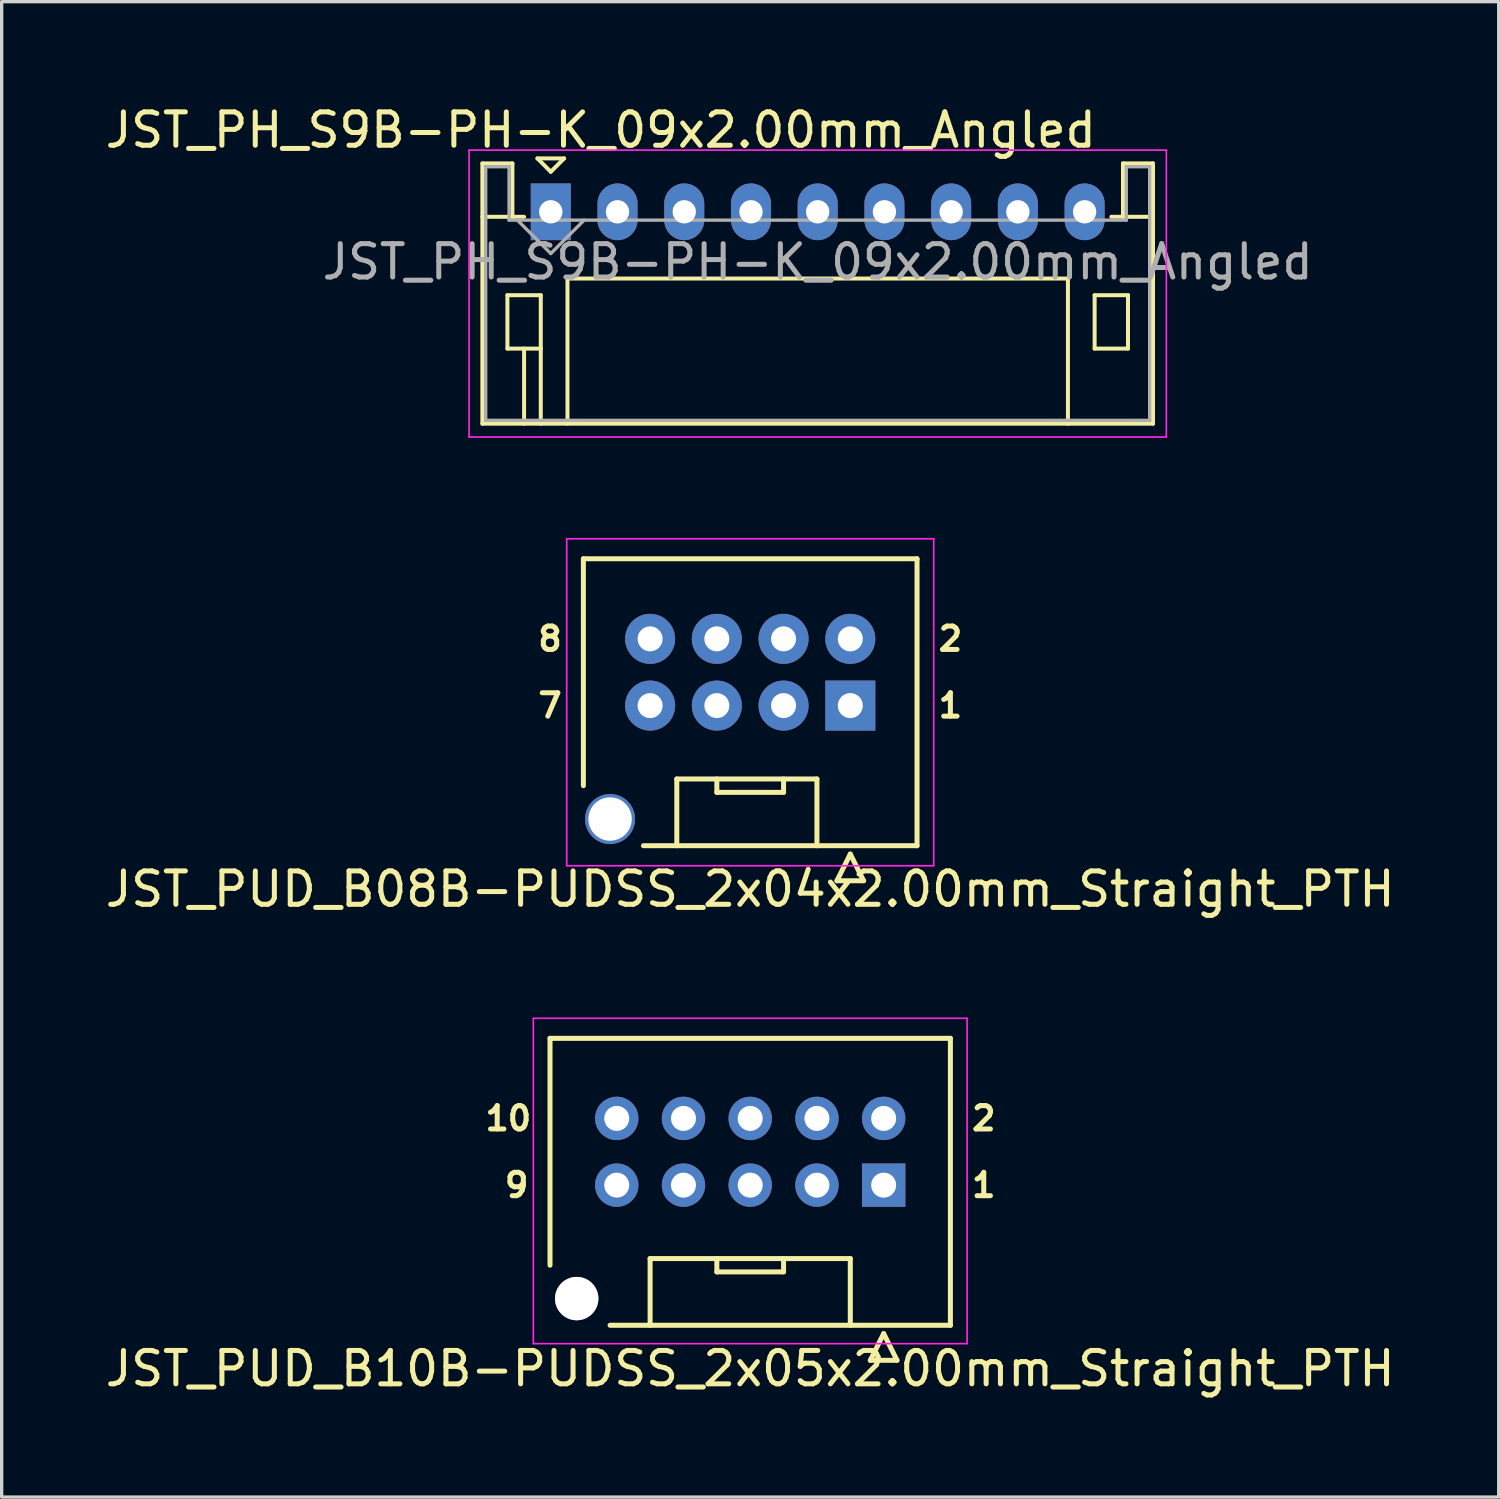
<source format=kicad_pcb>
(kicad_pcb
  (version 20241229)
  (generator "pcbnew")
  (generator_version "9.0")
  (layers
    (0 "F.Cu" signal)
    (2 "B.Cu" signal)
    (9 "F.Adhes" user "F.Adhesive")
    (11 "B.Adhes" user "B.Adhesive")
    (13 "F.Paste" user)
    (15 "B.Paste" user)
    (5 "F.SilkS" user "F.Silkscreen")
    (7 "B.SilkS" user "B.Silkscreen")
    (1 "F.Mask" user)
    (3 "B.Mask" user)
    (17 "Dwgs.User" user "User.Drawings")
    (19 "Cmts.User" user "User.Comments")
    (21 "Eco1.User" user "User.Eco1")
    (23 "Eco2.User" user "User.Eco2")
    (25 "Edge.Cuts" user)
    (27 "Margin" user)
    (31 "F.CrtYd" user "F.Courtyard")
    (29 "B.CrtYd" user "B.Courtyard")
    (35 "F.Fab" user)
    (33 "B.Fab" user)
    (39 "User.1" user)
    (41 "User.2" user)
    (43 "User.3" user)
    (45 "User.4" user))
  (footprint "JST_PUD_B08B-PUDSS_2x04x2.00mm_Straight_PTH"
    (layer "F.Cu")
    (at 22.435 18.098)
    (property "Reference" "JST_PUD_B08B-PUDSS_2x04x2.00mm_Straight_PTH" (at -3 5.5 0) (layer "F.SilkS") (effects (font (size 1 1) (thickness 0.15))))
    (attr through_hole)
    (fp_line (start -8 -4.4) (end -8 2.4) (stroke (width 0.15) (type solid)) (layer "F.SilkS"))
    (fp_line (start -6.2 4.2) (end 2 4.2) (stroke (width 0.15) (type solid)) (layer "F.SilkS"))
    (fp_line (start -5.2 2.2) (end -5.2 4.2) (stroke (width 0.15) (type solid)) (layer "F.SilkS"))
    (fp_line (start -4 2.6) (end -4 2.2) (stroke (width 0.15) (type solid)) (layer "F.SilkS"))
    (fp_line (start -2 2.2) (end -2 2.6) (stroke (width 0.15) (type solid)) (layer "F.SilkS"))
    (fp_line (start -2 2.6) (end -4 2.6) (stroke (width 0.15) (type solid)) (layer "F.SilkS"))
    (fp_line (start -1 2.2) (end -5.2 2.2) (stroke (width 0.15) (type solid)) (layer "F.SilkS"))
    (fp_line (start -1 4.2) (end -1 2.2) (stroke (width 0.15) (type solid)) (layer "F.SilkS"))
    (fp_line (start -0.4 5.25) (end 0 4.45) (stroke (width 0.15) (type solid)) (layer "F.SilkS"))
    (fp_line (start 0 4.45) (end 0.4 5.25) (stroke (width 0.15) (type solid)) (layer "F.SilkS"))
    (fp_line (start 0.4 5.25) (end -0.4 5.25) (stroke (width 0.15) (type solid)) (layer "F.SilkS"))
    (fp_line (start 2 -4.4) (end -8 -4.4) (stroke (width 0.15) (type solid)) (layer "F.SilkS"))
    (fp_line (start 2 4.2) (end 2 -4.4) (stroke (width 0.15) (type solid)) (layer "F.SilkS"))
    (fp_line (start -8.5 -5) (end 2.5 -5) (stroke (width 0.05) (type solid)) (layer "F.CrtYd"))
    (fp_line (start -8.5 4.8) (end -8.5 -5) (stroke (width 0.05) (type solid)) (layer "F.CrtYd"))
    (fp_line (start 2.5 -5) (end 2.5 4.8) (stroke (width 0.05) (type solid)) (layer "F.CrtYd"))
    (fp_line (start 2.5 4.8) (end -8.5 4.8) (stroke (width 0.05) (type solid)) (layer "F.CrtYd"))
    (fp_text user "1" (at 3 0 0) (layer "F.SilkS") (effects (font (size 0.7 0.7) (thickness 0.15))))
    (fp_text user "8" (at -9 -2 0) (layer "F.SilkS") (effects (font (size 0.7 0.7) (thickness 0.15))))
    (fp_text user "2" (at 3 -2 0) (layer "F.SilkS") (effects (font (size 0.7 0.7) (thickness 0.15))))
    (fp_text user "7" (at -9 0 0) (layer "F.SilkS") (effects (font (size 0.7 0.7) (thickness 0.15))))
    (pad "" thru_hole circle (at -7.2 3.4) (size 1.5 1.5) (drill 1.3) (layers "*.Cu" "*.Mask"))
    (pad "1" thru_hole rect (at 0 0) (size 1.5 1.5) (drill 0.75) (layers "*.Cu" "*.Mask"))
    (pad "2" thru_hole circle (at 0 -2) (size 1.5 1.5) (drill 0.75) (layers "*.Cu" "*.Mask"))
    (pad "3" thru_hole circle (at -2 0) (size 1.5 1.5) (drill 0.75) (layers "*.Cu" "*.Mask"))
    (pad "4" thru_hole circle (at -2 -2) (size 1.5 1.5) (drill 0.75) (layers "*.Cu" "*.Mask"))
    (pad "5" thru_hole circle (at -4 0) (size 1.5 1.5) (drill 0.75) (layers "*.Cu" "*.Mask"))
    (pad "6" thru_hole circle (at -4 -2) (size 1.5 1.5) (drill 0.75) (layers "*.Cu" "*.Mask"))
    (pad "7" thru_hole circle (at -6 0) (size 1.5 1.5) (drill 0.75) (layers "*.Cu" "*.Mask"))
    (pad "8" thru_hole circle (at -6 -2) (size 1.5 1.5) (drill 0.75) (layers "*.Cu" "*.Mask")))
  (footprint "JST_PH_S9B-PH-K_09x2.00mm_Angled"
    (layer "F.Cu")
    (at 13.458 3.298)
    (property "Reference" "JST_PH_S9B-PH-K_09x2.00mm_Angled" (at 1.5 -2.45 0) (layer "F.SilkS") (effects (font (size 1 1) (thickness 0.15))))
    (attr through_hole)
    (fp_line (start -2.05 -1.45) (end -2.05 6.35) (stroke (width 0.12) (type solid)) (layer "F.SilkS"))
    (fp_line (start -2.05 0.15) (end -1.15 0.15) (stroke (width 0.12) (type solid)) (layer "F.SilkS"))
    (fp_line (start -2.05 6.35) (end 18.05 6.35) (stroke (width 0.12) (type solid)) (layer "F.SilkS"))
    (fp_line (start -1.3 2.5) (end -1.3 4.1) (stroke (width 0.12) (type solid)) (layer "F.SilkS"))
    (fp_line (start -1.3 4.1) (end -0.3 4.1) (stroke (width 0.12) (type solid)) (layer "F.SilkS"))
    (fp_line (start -1.15 -1.45) (end -2.05 -1.45) (stroke (width 0.12) (type solid)) (layer "F.SilkS"))
    (fp_line (start -1.15 0.15) (end -1.15 -1.45) (stroke (width 0.12) (type solid)) (layer "F.SilkS"))
    (fp_line (start -0.8 0.15) (end -1.15 0.15) (stroke (width 0.12) (type solid)) (layer "F.SilkS"))
    (fp_line (start -0.8 4.1) (end -0.8 6.35) (stroke (width 0.12) (type solid)) (layer "F.SilkS"))
    (fp_line (start -0.4 -1.6) (end 0.4 -1.6) (stroke (width 0.12) (type solid)) (layer "F.SilkS"))
    (fp_line (start -0.3 2.5) (end -1.3 2.5) (stroke (width 0.12) (type solid)) (layer "F.SilkS"))
    (fp_line (start -0.3 4.1) (end -0.3 2.5) (stroke (width 0.12) (type solid)) (layer "F.SilkS"))
    (fp_line (start -0.3 4.1) (end -0.3 6.35) (stroke (width 0.12) (type solid)) (layer "F.SilkS"))
    (fp_line (start 0 -1.2) (end -0.4 -1.6) (stroke (width 0.12) (type solid)) (layer "F.SilkS"))
    (fp_line (start 0.4 -1.6) (end 0 -1.2) (stroke (width 0.12) (type solid)) (layer "F.SilkS"))
    (fp_line (start 0.5 2) (end 15.5 2) (stroke (width 0.12) (type solid)) (layer "F.SilkS"))
    (fp_line (start 0.5 6.35) (end 0.5 2) (stroke (width 0.12) (type solid)) (layer "F.SilkS"))
    (fp_line (start 15.5 2) (end 15.5 6.35) (stroke (width 0.12) (type solid)) (layer "F.SilkS"))
    (fp_line (start 16.3 2.5) (end 17.3 2.5) (stroke (width 0.12) (type solid)) (layer "F.SilkS"))
    (fp_line (start 16.3 4.1) (end 16.3 2.5) (stroke (width 0.12) (type solid)) (layer "F.SilkS"))
    (fp_line (start 17.15 -1.45) (end 17.15 0.15) (stroke (width 0.12) (type solid)) (layer "F.SilkS"))
    (fp_line (start 17.15 0.15) (end 16.8 0.15) (stroke (width 0.12) (type solid)) (layer "F.SilkS"))
    (fp_line (start 17.3 2.5) (end 17.3 4.1) (stroke (width 0.12) (type solid)) (layer "F.SilkS"))
    (fp_line (start 17.3 4.1) (end 16.3 4.1) (stroke (width 0.12) (type solid)) (layer "F.SilkS"))
    (fp_line (start 18.05 -1.45) (end 17.15 -1.45) (stroke (width 0.12) (type solid)) (layer "F.SilkS"))
    (fp_line (start 18.05 0.15) (end 17.15 0.15) (stroke (width 0.12) (type solid)) (layer "F.SilkS"))
    (fp_line (start 18.05 6.35) (end 18.05 -1.45) (stroke (width 0.12) (type solid)) (layer "F.SilkS"))
    (fp_line (start -2.45 -1.85) (end -2.45 6.75) (stroke (width 0.05) (type solid)) (layer "F.CrtYd"))
    (fp_line (start -2.45 6.75) (end 18.45 6.75) (stroke (width 0.05) (type solid)) (layer "F.CrtYd"))
    (fp_line (start 18.45 -1.85) (end -2.45 -1.85) (stroke (width 0.05) (type solid)) (layer "F.CrtYd"))
    (fp_line (start 18.45 6.75) (end 18.45 -1.85) (stroke (width 0.05) (type solid)) (layer "F.CrtYd"))
    (fp_line (start -1.95 -1.35) (end -1.95 6.25) (stroke (width 0.1) (type solid)) (layer "F.Fab"))
    (fp_line (start -1.95 6.25) (end 17.95 6.25) (stroke (width 0.1) (type solid)) (layer "F.Fab"))
    (fp_line (start -1.25 -1.35) (end -1.95 -1.35) (stroke (width 0.1) (type solid)) (layer "F.Fab"))
    (fp_line (start -1.25 0.25) (end -1.25 -1.35) (stroke (width 0.1) (type solid)) (layer "F.Fab"))
    (fp_line (start -1 0.25) (end 0 1.25) (stroke (width 0.1) (type solid)) (layer "F.Fab"))
    (fp_line (start 0 1.25) (end 1 0.25) (stroke (width 0.1) (type solid)) (layer "F.Fab"))
    (fp_line (start 17.25 -1.35) (end 17.25 0.25) (stroke (width 0.1) (type solid)) (layer "F.Fab"))
    (fp_line (start 17.25 0.25) (end -1.25 0.25) (stroke (width 0.1) (type solid)) (layer "F.Fab"))
    (fp_line (start 17.95 -1.35) (end 17.25 -1.35) (stroke (width 0.1) (type solid)) (layer "F.Fab"))
    (fp_line (start 17.95 6.25) (end 17.95 -1.35) (stroke (width 0.1) (type solid)) (layer "F.Fab"))
    (fp_text user "${REFERENCE}" (at 8 1.5 0) (layer "F.Fab") (effects (font (size 1 1) (thickness 0.15))))
    (pad "1" thru_hole rect (at 0 0) (size 1.2 1.7) (drill 0.7) (layers "*.Cu" "*.Mask"))
    (pad "2" thru_hole oval (at 2 0) (size 1.2 1.7) (drill 0.7) (layers "*.Cu" "*.Mask"))
    (pad "3" thru_hole oval (at 4 0) (size 1.2 1.7) (drill 0.7) (layers "*.Cu" "*.Mask"))
    (pad "4" thru_hole oval (at 6 0) (size 1.2 1.7) (drill 0.7) (layers "*.Cu" "*.Mask"))
    (pad "5" thru_hole oval (at 8 0) (size 1.2 1.7) (drill 0.7) (layers "*.Cu" "*.Mask"))
    (pad "6" thru_hole oval (at 10 0) (size 1.2 1.7) (drill 0.7) (layers "*.Cu" "*.Mask"))
    (pad "7" thru_hole oval (at 12 0) (size 1.2 1.7) (drill 0.7) (layers "*.Cu" "*.Mask"))
    (pad "8" thru_hole oval (at 14 0) (size 1.2 1.7) (drill 0.7) (layers "*.Cu" "*.Mask"))
    (pad "9" thru_hole oval (at 16 0) (size 1.2 1.7) (drill 0.7) (layers "*.Cu" "*.Mask")))
  (footprint "JST_PUD_B10B-PUDSS_2x05x2.00mm_Straight_PTH"
    (layer "F.Cu")
    (at 23.435 32.471)
    (property "Reference" "JST_PUD_B10B-PUDSS_2x05x2.00mm_Straight_PTH" (at -4 5.5 0) (layer "F.SilkS") (effects (font (size 1 1) (thickness 0.15))))
    (attr through_hole)
    (fp_line (start -10 -4.4) (end -10 2.4) (stroke (width 0.15) (type solid)) (layer "F.SilkS"))
    (fp_line (start -8.2 4.2) (end 2 4.2) (stroke (width 0.15) (type solid)) (layer "F.SilkS"))
    (fp_line (start -7 2.2) (end -7 4.2) (stroke (width 0.15) (type solid)) (layer "F.SilkS"))
    (fp_line (start -5 2.6) (end -5 2.2) (stroke (width 0.15) (type solid)) (layer "F.SilkS"))
    (fp_line (start -3 2.2) (end -3 2.6) (stroke (width 0.15) (type solid)) (layer "F.SilkS"))
    (fp_line (start -3 2.6) (end -5 2.6) (stroke (width 0.15) (type solid)) (layer "F.SilkS"))
    (fp_line (start -1 2.2) (end -7 2.2) (stroke (width 0.15) (type solid)) (layer "F.SilkS"))
    (fp_line (start -1 4.2) (end -1 2.2) (stroke (width 0.15) (type solid)) (layer "F.SilkS"))
    (fp_line (start -0.4 5.25) (end 0 4.45) (stroke (width 0.15) (type solid)) (layer "F.SilkS"))
    (fp_line (start 0 4.45) (end 0.4 5.25) (stroke (width 0.15) (type solid)) (layer "F.SilkS"))
    (fp_line (start 0.4 5.25) (end -0.4 5.25) (stroke (width 0.15) (type solid)) (layer "F.SilkS"))
    (fp_line (start 2 -4.4) (end -10 -4.4) (stroke (width 0.15) (type solid)) (layer "F.SilkS"))
    (fp_line (start 2 4.2) (end 2 -4.4) (stroke (width 0.15) (type solid)) (layer "F.SilkS"))
    (fp_line (start -10.5 -5) (end 2.5 -5) (stroke (width 0.05) (type solid)) (layer "F.CrtYd"))
    (fp_line (start -10.5 4.75) (end -10.5 -5) (stroke (width 0.05) (type solid)) (layer "F.CrtYd"))
    (fp_line (start 2.5 -5) (end 2.5 4.75) (stroke (width 0.05) (type solid)) (layer "F.CrtYd"))
    (fp_line (start 2.5 4.75) (end -10.5 4.75) (stroke (width 0.05) (type solid)) (layer "F.CrtYd"))
    (fp_text user "2" (at 3 -2 0) (layer "F.SilkS") (effects (font (size 0.7 0.7) (thickness 0.15))))
    (fp_text user "10" (at -11.25 -2 0) (layer "F.SilkS") (effects (font (size 0.7 0.7) (thickness 0.15))))
    (fp_text user "9" (at -11 0 0) (layer "F.SilkS") (effects (font (size 0.7 0.7) (thickness 0.15))))
    (fp_text user "1" (at 3 0 0) (layer "F.SilkS") (effects (font (size 0.7 0.7) (thickness 0.15))))
    (pad "" thru_hole circle (at -9.2 3.4) (size 1.3 1.3) (drill 1.3) (layers "*.Cu" "*.Mask"))
    (pad "1" thru_hole rect (at 0 0) (size 1.3 1.3) (drill 0.75) (layers "*.Cu" "*.Mask"))
    (pad "2" thru_hole circle (at 0 -2) (size 1.3 1.3) (drill 0.75) (layers "*.Cu" "*.Mask"))
    (pad "3" thru_hole circle (at -2 0) (size 1.3 1.3) (drill 0.75) (layers "*.Cu" "*.Mask"))
    (pad "4" thru_hole circle (at -2 -2) (size 1.3 1.3) (drill 0.75) (layers "*.Cu" "*.Mask"))
    (pad "5" thru_hole circle (at -4 0) (size 1.3 1.3) (drill 0.75) (layers "*.Cu" "*.Mask"))
    (pad "6" thru_hole circle (at -4 -2) (size 1.3 1.3) (drill 0.75) (layers "*.Cu" "*.Mask"))
    (pad "7" thru_hole circle (at -6 0) (size 1.3 1.3) (drill 0.75) (layers "*.Cu" "*.Mask"))
    (pad "8" thru_hole circle (at -6 -2) (size 1.3 1.3) (drill 0.75) (layers "*.Cu" "*.Mask"))
    (pad "9" thru_hole circle (at -8 0) (size 1.3 1.3) (drill 0.75) (layers "*.Cu" "*.Mask"))
    (pad "10" thru_hole circle (at -8 -2) (size 1.3 1.3) (drill 0.75) (layers "*.Cu" "*.Mask")))
  (gr_rect
    (start -3 -3)
    (end 41.869 41.82)
    (stroke (width 0.1) (type default))
    (fill no)
    (layer "Edge.Cuts")))
</source>
